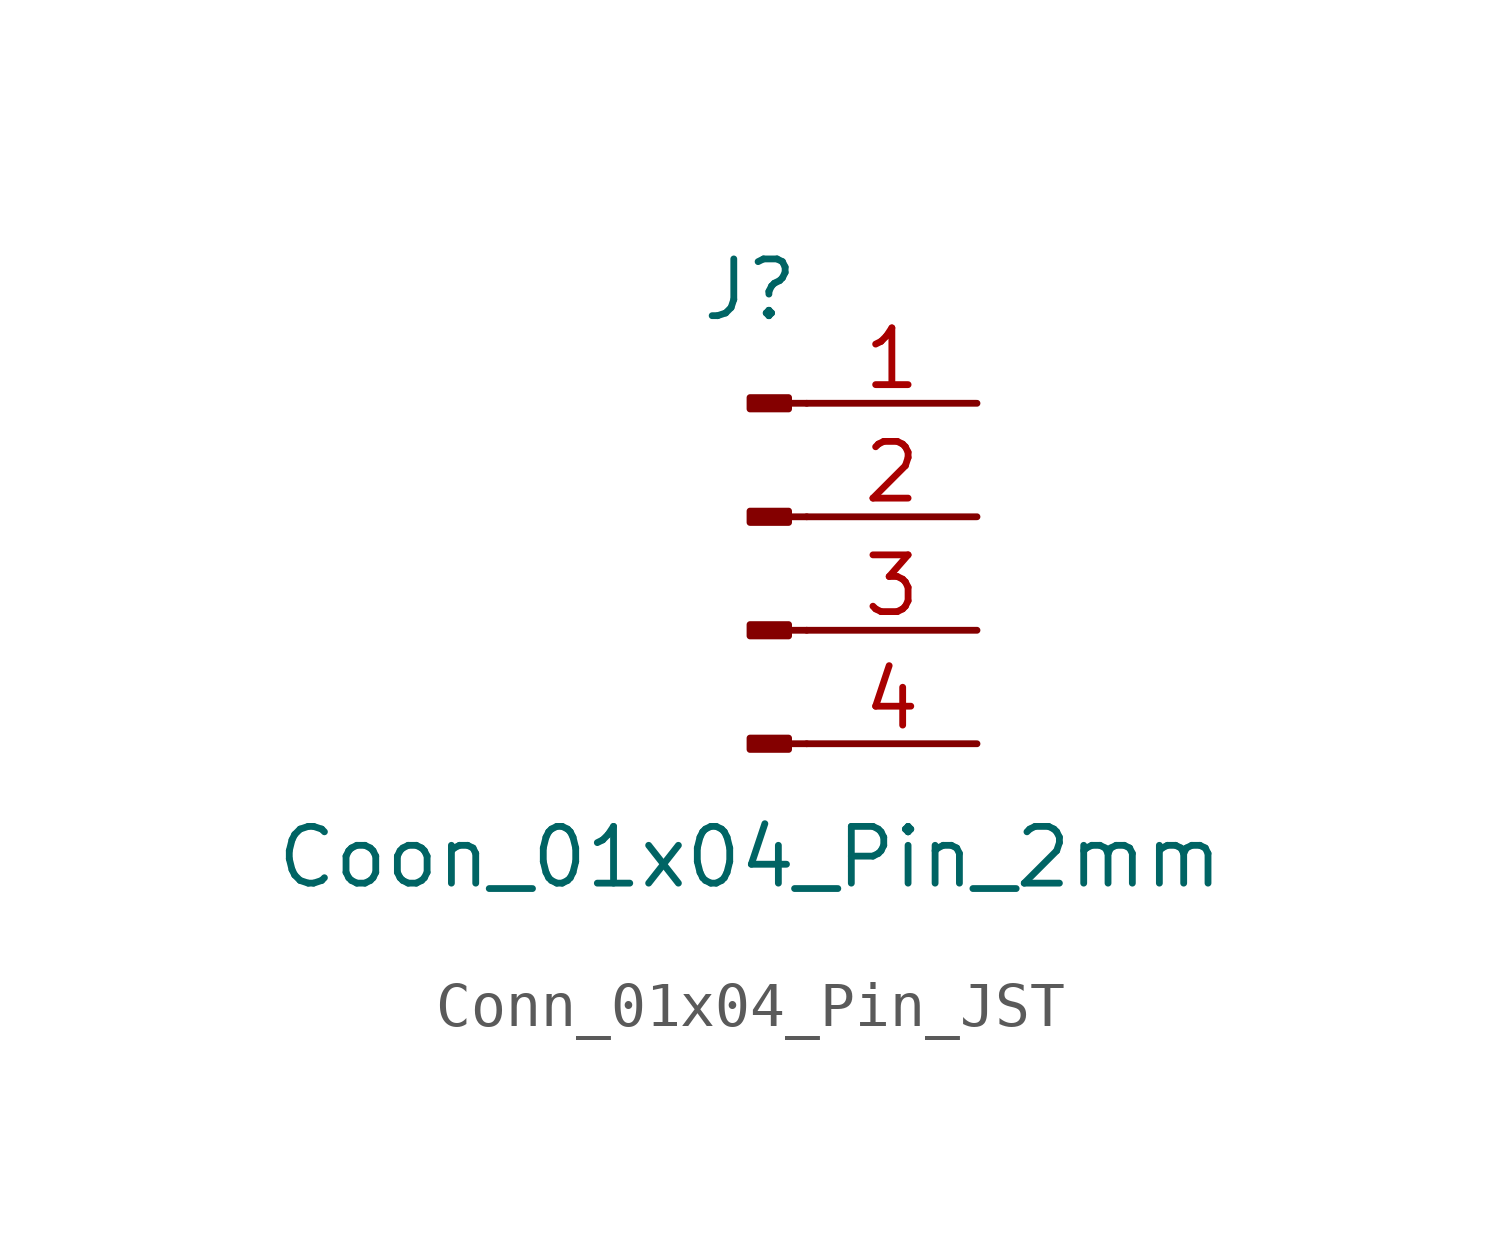
<source format=kicad_sym>
(kicad_symbol_lib
  (version 20231120)
  (generator "kicad_symbol_editor")
  (generator_version "8.0")
  (symbol "Conn_01x04_Pin_JST"
    (pin_names
      (offset 1.016) hide)
    (property "Reference" "J"
      (at 0 5.08 0)
      (effects (font (size 1.27 1.27))))
    (property "Value" "Coon_01x04_Pin_2mm"
      (at 0 -7.62 0)
      (effects (font (size 1.27 1.27))))
    (symbol "Conn_01x04_Pin_JST_1_1"
      (polyline (pts (xy 1.27 -5.08) (xy 0.864 -5.08)) (stroke (width 0.152) (type default)) (fill (type none)))
      (polyline (pts (xy 1.27 -2.54) (xy 0.864 -2.54)) (stroke (width 0.152) (type default)) (fill (type none)))
      (polyline (pts (xy 1.27 0) (xy 0.864 0)) (stroke (width 0.152) (type default)) (fill (type none)))
      (polyline (pts (xy 1.27 2.54) (xy 0.864 2.54)) (stroke (width 0.152) (type default)) (fill (type none)))
      (rectangle (start 0.864 -4.953) (end 0 -5.207) (stroke (width 0.152) (type default)) (fill (type outline)))
      (rectangle (start 0.864 -2.413) (end 0 -2.667) (stroke (width 0.152) (type default)) (fill (type outline)))
      (rectangle (start 0.864 0.127) (end 0 -0.127) (stroke (width 0.152) (type default)) (fill (type outline)))
      (rectangle (start 0.864 2.667) (end 0 2.413) (stroke (width 0.152) (type default)) (fill (type outline)))
      (pin passive line (at 5.08 2.54 180) (length 3.81) (name "Pin_1" (effects (font (size 1.27 1.27)))) (number "1" (effects (font (size 1.27 1.27)))))
      (pin passive line (at 5.08 0 180) (length 3.81) (name "Pin_2" (effects (font (size 1.27 1.27)))) (number "2" (effects (font (size 1.27 1.27)))))
      (pin passive line (at 5.08 -2.54 180) (length 3.81) (name "Pin_3" (effects (font (size 1.27 1.27)))) (number "3" (effects (font (size 1.27 1.27)))))
      (pin passive line (at 5.08 -5.08 180) (length 3.81) (name "Pin_4" (effects (font (size 1.27 1.27)))) (number "4" (effects (font (size 1.27 1.27))))))))
</source>
